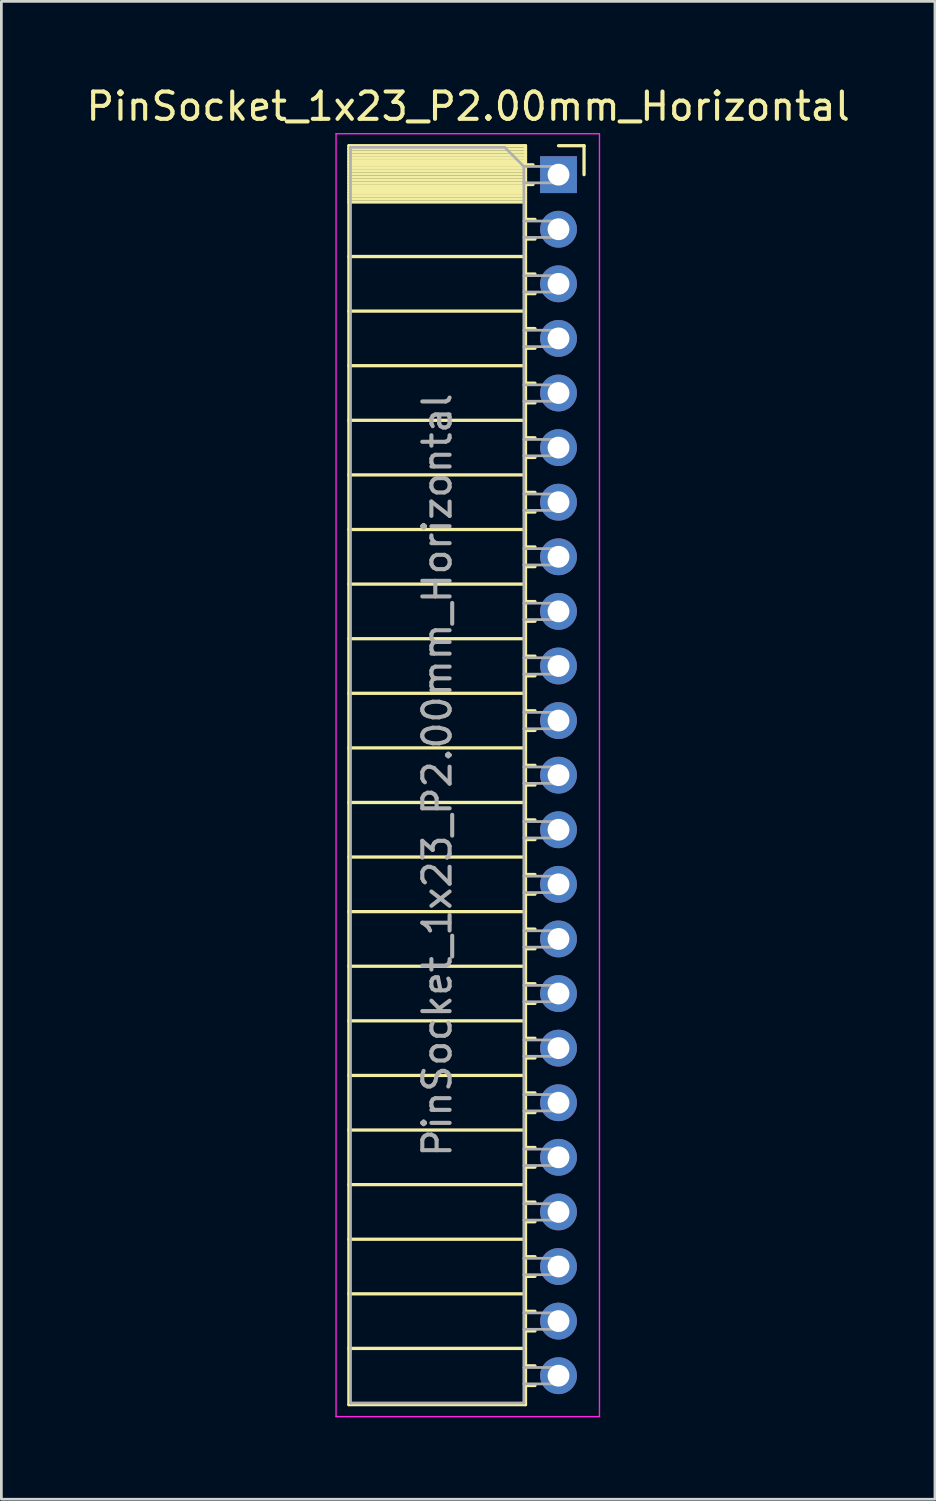
<source format=kicad_pcb>
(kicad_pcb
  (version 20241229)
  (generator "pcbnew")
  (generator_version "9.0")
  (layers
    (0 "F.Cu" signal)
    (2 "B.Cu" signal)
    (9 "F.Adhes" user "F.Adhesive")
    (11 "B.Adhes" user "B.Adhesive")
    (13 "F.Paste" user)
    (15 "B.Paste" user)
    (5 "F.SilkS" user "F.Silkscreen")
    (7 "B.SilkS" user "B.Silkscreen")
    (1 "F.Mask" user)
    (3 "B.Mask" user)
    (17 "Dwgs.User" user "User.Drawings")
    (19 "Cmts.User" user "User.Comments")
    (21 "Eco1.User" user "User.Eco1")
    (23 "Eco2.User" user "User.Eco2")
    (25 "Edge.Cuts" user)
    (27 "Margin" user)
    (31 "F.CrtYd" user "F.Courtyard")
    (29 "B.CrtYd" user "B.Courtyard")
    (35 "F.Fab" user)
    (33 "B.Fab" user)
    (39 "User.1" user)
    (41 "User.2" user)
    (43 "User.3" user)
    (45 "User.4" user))
  (footprint "PinSocket_1x23_P2.00mm_Horizontal"
    (layer "F.Cu")
    (at 17.411 3.348)
    (property "Reference" "PinSocket_1x23_P2.00mm_Horizontal" (at -3.31 -2.5 0) (layer "F.SilkS") (effects (font (size 1 1) (thickness 0.15))))
    (attr through_hole)
    (fp_line (start -7.68 -1.06) (end -7.68 45.06) (stroke (width 0.12) (type solid)) (layer "F.SilkS"))
    (fp_line (start -7.68 -1.06) (end -1.21 -1.06) (stroke (width 0.12) (type solid)) (layer "F.SilkS"))
    (fp_line (start -7.68 -0.94) (end -1.21 -0.94) (stroke (width 0.12) (type solid)) (layer "F.SilkS"))
    (fp_line (start -7.68 -0.826) (end -1.21 -0.826) (stroke (width 0.12) (type solid)) (layer "F.SilkS"))
    (fp_line (start -7.68 -0.712) (end -1.21 -0.712) (stroke (width 0.12) (type solid)) (layer "F.SilkS"))
    (fp_line (start -7.68 -0.598) (end -1.21 -0.598) (stroke (width 0.12) (type solid)) (layer "F.SilkS"))
    (fp_line (start -7.68 -0.484) (end -1.21 -0.484) (stroke (width 0.12) (type solid)) (layer "F.SilkS"))
    (fp_line (start -7.68 -0.369) (end -1.21 -0.369) (stroke (width 0.12) (type solid)) (layer "F.SilkS"))
    (fp_line (start -7.68 -0.255) (end -1.21 -0.255) (stroke (width 0.12) (type solid)) (layer "F.SilkS"))
    (fp_line (start -7.68 -0.141) (end -1.21 -0.141) (stroke (width 0.12) (type solid)) (layer "F.SilkS"))
    (fp_line (start -7.68 -0.027) (end -1.21 -0.027) (stroke (width 0.12) (type solid)) (layer "F.SilkS"))
    (fp_line (start -7.68 0.087) (end -1.21 0.087) (stroke (width 0.12) (type solid)) (layer "F.SilkS"))
    (fp_line (start -7.68 0.201) (end -1.21 0.201) (stroke (width 0.12) (type solid)) (layer "F.SilkS"))
    (fp_line (start -7.68 0.315) (end -1.21 0.315) (stroke (width 0.12) (type solid)) (layer "F.SilkS"))
    (fp_line (start -7.68 0.429) (end -1.21 0.429) (stroke (width 0.12) (type solid)) (layer "F.SilkS"))
    (fp_line (start -7.68 0.544) (end -1.21 0.544) (stroke (width 0.12) (type solid)) (layer "F.SilkS"))
    (fp_line (start -7.68 0.658) (end -1.21 0.658) (stroke (width 0.12) (type solid)) (layer "F.SilkS"))
    (fp_line (start -7.68 0.772) (end -1.21 0.772) (stroke (width 0.12) (type solid)) (layer "F.SilkS"))
    (fp_line (start -7.68 0.886) (end -1.21 0.886) (stroke (width 0.12) (type solid)) (layer "F.SilkS"))
    (fp_line (start -7.68 1) (end -1.21 1) (stroke (width 0.12) (type solid)) (layer "F.SilkS"))
    (fp_line (start -7.68 3) (end -1.21 3) (stroke (width 0.12) (type solid)) (layer "F.SilkS"))
    (fp_line (start -7.68 5) (end -1.21 5) (stroke (width 0.12) (type solid)) (layer "F.SilkS"))
    (fp_line (start -7.68 7) (end -1.21 7) (stroke (width 0.12) (type solid)) (layer "F.SilkS"))
    (fp_line (start -7.68 9) (end -1.21 9) (stroke (width 0.12) (type solid)) (layer "F.SilkS"))
    (fp_line (start -7.68 11) (end -1.21 11) (stroke (width 0.12) (type solid)) (layer "F.SilkS"))
    (fp_line (start -7.68 13) (end -1.21 13) (stroke (width 0.12) (type solid)) (layer "F.SilkS"))
    (fp_line (start -7.68 15) (end -1.21 15) (stroke (width 0.12) (type solid)) (layer "F.SilkS"))
    (fp_line (start -7.68 17) (end -1.21 17) (stroke (width 0.12) (type solid)) (layer "F.SilkS"))
    (fp_line (start -7.68 19) (end -1.21 19) (stroke (width 0.12) (type solid)) (layer "F.SilkS"))
    (fp_line (start -7.68 21) (end -1.21 21) (stroke (width 0.12) (type solid)) (layer "F.SilkS"))
    (fp_line (start -7.68 23) (end -1.21 23) (stroke (width 0.12) (type solid)) (layer "F.SilkS"))
    (fp_line (start -7.68 25) (end -1.21 25) (stroke (width 0.12) (type solid)) (layer "F.SilkS"))
    (fp_line (start -7.68 27) (end -1.21 27) (stroke (width 0.12) (type solid)) (layer "F.SilkS"))
    (fp_line (start -7.68 29) (end -1.21 29) (stroke (width 0.12) (type solid)) (layer "F.SilkS"))
    (fp_line (start -7.68 31) (end -1.21 31) (stroke (width 0.12) (type solid)) (layer "F.SilkS"))
    (fp_line (start -7.68 33) (end -1.21 33) (stroke (width 0.12) (type solid)) (layer "F.SilkS"))
    (fp_line (start -7.68 35) (end -1.21 35) (stroke (width 0.12) (type solid)) (layer "F.SilkS"))
    (fp_line (start -7.68 37) (end -1.21 37) (stroke (width 0.12) (type solid)) (layer "F.SilkS"))
    (fp_line (start -7.68 39) (end -1.21 39) (stroke (width 0.12) (type solid)) (layer "F.SilkS"))
    (fp_line (start -7.68 41) (end -1.21 41) (stroke (width 0.12) (type solid)) (layer "F.SilkS"))
    (fp_line (start -7.68 43) (end -1.21 43) (stroke (width 0.12) (type solid)) (layer "F.SilkS"))
    (fp_line (start -7.68 45.06) (end -1.21 45.06) (stroke (width 0.12) (type solid)) (layer "F.SilkS"))
    (fp_line (start -1.21 -1.06) (end -1.21 45.06) (stroke (width 0.12) (type solid)) (layer "F.SilkS"))
    (fp_line (start -1.21 -0.36) (end -0.935 -0.36) (stroke (width 0.12) (type solid)) (layer "F.SilkS"))
    (fp_line (start -1.21 0.36) (end -0.935 0.36) (stroke (width 0.12) (type solid)) (layer "F.SilkS"))
    (fp_line (start -1.21 1.64) (end -0.863 1.64) (stroke (width 0.12) (type solid)) (layer "F.SilkS"))
    (fp_line (start -1.21 2.36) (end -0.863 2.36) (stroke (width 0.12) (type solid)) (layer "F.SilkS"))
    (fp_line (start -1.21 3.64) (end -0.863 3.64) (stroke (width 0.12) (type solid)) (layer "F.SilkS"))
    (fp_line (start -1.21 4.36) (end -0.863 4.36) (stroke (width 0.12) (type solid)) (layer "F.SilkS"))
    (fp_line (start -1.21 5.64) (end -0.863 5.64) (stroke (width 0.12) (type solid)) (layer "F.SilkS"))
    (fp_line (start -1.21 6.36) (end -0.863 6.36) (stroke (width 0.12) (type solid)) (layer "F.SilkS"))
    (fp_line (start -1.21 7.64) (end -0.863 7.64) (stroke (width 0.12) (type solid)) (layer "F.SilkS"))
    (fp_line (start -1.21 8.36) (end -0.863 8.36) (stroke (width 0.12) (type solid)) (layer "F.SilkS"))
    (fp_line (start -1.21 9.64) (end -0.863 9.64) (stroke (width 0.12) (type solid)) (layer "F.SilkS"))
    (fp_line (start -1.21 10.36) (end -0.863 10.36) (stroke (width 0.12) (type solid)) (layer "F.SilkS"))
    (fp_line (start -1.21 11.64) (end -0.863 11.64) (stroke (width 0.12) (type solid)) (layer "F.SilkS"))
    (fp_line (start -1.21 12.36) (end -0.863 12.36) (stroke (width 0.12) (type solid)) (layer "F.SilkS"))
    (fp_line (start -1.21 13.64) (end -0.863 13.64) (stroke (width 0.12) (type solid)) (layer "F.SilkS"))
    (fp_line (start -1.21 14.36) (end -0.863 14.36) (stroke (width 0.12) (type solid)) (layer "F.SilkS"))
    (fp_line (start -1.21 15.64) (end -0.863 15.64) (stroke (width 0.12) (type solid)) (layer "F.SilkS"))
    (fp_line (start -1.21 16.36) (end -0.863 16.36) (stroke (width 0.12) (type solid)) (layer "F.SilkS"))
    (fp_line (start -1.21 17.64) (end -0.863 17.64) (stroke (width 0.12) (type solid)) (layer "F.SilkS"))
    (fp_line (start -1.21 18.36) (end -0.863 18.36) (stroke (width 0.12) (type solid)) (layer "F.SilkS"))
    (fp_line (start -1.21 19.64) (end -0.863 19.64) (stroke (width 0.12) (type solid)) (layer "F.SilkS"))
    (fp_line (start -1.21 20.36) (end -0.863 20.36) (stroke (width 0.12) (type solid)) (layer "F.SilkS"))
    (fp_line (start -1.21 21.64) (end -0.863 21.64) (stroke (width 0.12) (type solid)) (layer "F.SilkS"))
    (fp_line (start -1.21 22.36) (end -0.863 22.36) (stroke (width 0.12) (type solid)) (layer "F.SilkS"))
    (fp_line (start -1.21 23.64) (end -0.863 23.64) (stroke (width 0.12) (type solid)) (layer "F.SilkS"))
    (fp_line (start -1.21 24.36) (end -0.863 24.36) (stroke (width 0.12) (type solid)) (layer "F.SilkS"))
    (fp_line (start -1.21 25.64) (end -0.863 25.64) (stroke (width 0.12) (type solid)) (layer "F.SilkS"))
    (fp_line (start -1.21 26.36) (end -0.863 26.36) (stroke (width 0.12) (type solid)) (layer "F.SilkS"))
    (fp_line (start -1.21 27.64) (end -0.863 27.64) (stroke (width 0.12) (type solid)) (layer "F.SilkS"))
    (fp_line (start -1.21 28.36) (end -0.863 28.36) (stroke (width 0.12) (type solid)) (layer "F.SilkS"))
    (fp_line (start -1.21 29.64) (end -0.863 29.64) (stroke (width 0.12) (type solid)) (layer "F.SilkS"))
    (fp_line (start -1.21 30.36) (end -0.863 30.36) (stroke (width 0.12) (type solid)) (layer "F.SilkS"))
    (fp_line (start -1.21 31.64) (end -0.863 31.64) (stroke (width 0.12) (type solid)) (layer "F.SilkS"))
    (fp_line (start -1.21 32.36) (end -0.863 32.36) (stroke (width 0.12) (type solid)) (layer "F.SilkS"))
    (fp_line (start -1.21 33.64) (end -0.863 33.64) (stroke (width 0.12) (type solid)) (layer "F.SilkS"))
    (fp_line (start -1.21 34.36) (end -0.863 34.36) (stroke (width 0.12) (type solid)) (layer "F.SilkS"))
    (fp_line (start -1.21 35.64) (end -0.863 35.64) (stroke (width 0.12) (type solid)) (layer "F.SilkS"))
    (fp_line (start -1.21 36.36) (end -0.863 36.36) (stroke (width 0.12) (type solid)) (layer "F.SilkS"))
    (fp_line (start -1.21 37.64) (end -0.863 37.64) (stroke (width 0.12) (type solid)) (layer "F.SilkS"))
    (fp_line (start -1.21 38.36) (end -0.863 38.36) (stroke (width 0.12) (type solid)) (layer "F.SilkS"))
    (fp_line (start -1.21 39.64) (end -0.863 39.64) (stroke (width 0.12) (type solid)) (layer "F.SilkS"))
    (fp_line (start -1.21 40.36) (end -0.863 40.36) (stroke (width 0.12) (type solid)) (layer "F.SilkS"))
    (fp_line (start -1.21 41.64) (end -0.863 41.64) (stroke (width 0.12) (type solid)) (layer "F.SilkS"))
    (fp_line (start -1.21 42.36) (end -0.863 42.36) (stroke (width 0.12) (type solid)) (layer "F.SilkS"))
    (fp_line (start -1.21 43.64) (end -0.863 43.64) (stroke (width 0.12) (type solid)) (layer "F.SilkS"))
    (fp_line (start -1.21 44.36) (end -0.863 44.36) (stroke (width 0.12) (type solid)) (layer "F.SilkS"))
    (fp_line (start 0 -1.06) (end 0.935 -1.06) (stroke (width 0.12) (type solid)) (layer "F.SilkS"))
    (fp_line (start 0.935 -1.06) (end 0.935 0) (stroke (width 0.12) (type solid)) (layer "F.SilkS"))
    (fp_line (start -8.15 -1.5) (end -8.15 45.5) (stroke (width 0.05) (type solid)) (layer "F.CrtYd"))
    (fp_line (start -8.15 45.5) (end 1.5 45.5) (stroke (width 0.05) (type solid)) (layer "F.CrtYd"))
    (fp_line (start 1.5 -1.5) (end -8.15 -1.5) (stroke (width 0.05) (type solid)) (layer "F.CrtYd"))
    (fp_line (start 1.5 45.5) (end 1.5 -1.5) (stroke (width 0.05) (type solid)) (layer "F.CrtYd"))
    (fp_line (start -7.62 -1) (end -1.97 -1) (stroke (width 0.1) (type solid)) (layer "F.Fab"))
    (fp_line (start -7.62 45) (end -7.62 -1) (stroke (width 0.1) (type solid)) (layer "F.Fab"))
    (fp_line (start -1.97 -1) (end -1.27 -0.3) (stroke (width 0.1) (type solid)) (layer "F.Fab"))
    (fp_line (start -1.27 -0.3) (end -1.27 45) (stroke (width 0.1) (type solid)) (layer "F.Fab"))
    (fp_line (start -1.27 0.3) (end 0 0.3) (stroke (width 0.1) (type solid)) (layer "F.Fab"))
    (fp_line (start -1.27 2.3) (end 0 2.3) (stroke (width 0.1) (type solid)) (layer "F.Fab"))
    (fp_line (start -1.27 4.3) (end 0 4.3) (stroke (width 0.1) (type solid)) (layer "F.Fab"))
    (fp_line (start -1.27 6.3) (end 0 6.3) (stroke (width 0.1) (type solid)) (layer "F.Fab"))
    (fp_line (start -1.27 8.3) (end 0 8.3) (stroke (width 0.1) (type solid)) (layer "F.Fab"))
    (fp_line (start -1.27 10.3) (end 0 10.3) (stroke (width 0.1) (type solid)) (layer "F.Fab"))
    (fp_line (start -1.27 12.3) (end 0 12.3) (stroke (width 0.1) (type solid)) (layer "F.Fab"))
    (fp_line (start -1.27 14.3) (end 0 14.3) (stroke (width 0.1) (type solid)) (layer "F.Fab"))
    (fp_line (start -1.27 16.3) (end 0 16.3) (stroke (width 0.1) (type solid)) (layer "F.Fab"))
    (fp_line (start -1.27 18.3) (end 0 18.3) (stroke (width 0.1) (type solid)) (layer "F.Fab"))
    (fp_line (start -1.27 20.3) (end 0 20.3) (stroke (width 0.1) (type solid)) (layer "F.Fab"))
    (fp_line (start -1.27 22.3) (end 0 22.3) (stroke (width 0.1) (type solid)) (layer "F.Fab"))
    (fp_line (start -1.27 24.3) (end 0 24.3) (stroke (width 0.1) (type solid)) (layer "F.Fab"))
    (fp_line (start -1.27 26.3) (end 0 26.3) (stroke (width 0.1) (type solid)) (layer "F.Fab"))
    (fp_line (start -1.27 28.3) (end 0 28.3) (stroke (width 0.1) (type solid)) (layer "F.Fab"))
    (fp_line (start -1.27 30.3) (end 0 30.3) (stroke (width 0.1) (type solid)) (layer "F.Fab"))
    (fp_line (start -1.27 32.3) (end 0 32.3) (stroke (width 0.1) (type solid)) (layer "F.Fab"))
    (fp_line (start -1.27 34.3) (end 0 34.3) (stroke (width 0.1) (type solid)) (layer "F.Fab"))
    (fp_line (start -1.27 36.3) (end 0 36.3) (stroke (width 0.1) (type solid)) (layer "F.Fab"))
    (fp_line (start -1.27 38.3) (end 0 38.3) (stroke (width 0.1) (type solid)) (layer "F.Fab"))
    (fp_line (start -1.27 40.3) (end 0 40.3) (stroke (width 0.1) (type solid)) (layer "F.Fab"))
    (fp_line (start -1.27 42.3) (end 0 42.3) (stroke (width 0.1) (type solid)) (layer "F.Fab"))
    (fp_line (start -1.27 44.3) (end 0 44.3) (stroke (width 0.1) (type solid)) (layer "F.Fab"))
    (fp_line (start -1.27 45) (end -7.62 45) (stroke (width 0.1) (type solid)) (layer "F.Fab"))
    (fp_line (start 0 -0.3) (end -1.27 -0.3) (stroke (width 0.1) (type solid)) (layer "F.Fab"))
    (fp_line (start 0 0.3) (end 0 -0.3) (stroke (width 0.1) (type solid)) (layer "F.Fab"))
    (fp_line (start 0 1.7) (end -1.27 1.7) (stroke (width 0.1) (type solid)) (layer "F.Fab"))
    (fp_line (start 0 2.3) (end 0 1.7) (stroke (width 0.1) (type solid)) (layer "F.Fab"))
    (fp_line (start 0 3.7) (end -1.27 3.7) (stroke (width 0.1) (type solid)) (layer "F.Fab"))
    (fp_line (start 0 4.3) (end 0 3.7) (stroke (width 0.1) (type solid)) (layer "F.Fab"))
    (fp_line (start 0 5.7) (end -1.27 5.7) (stroke (width 0.1) (type solid)) (layer "F.Fab"))
    (fp_line (start 0 6.3) (end 0 5.7) (stroke (width 0.1) (type solid)) (layer "F.Fab"))
    (fp_line (start 0 7.7) (end -1.27 7.7) (stroke (width 0.1) (type solid)) (layer "F.Fab"))
    (fp_line (start 0 8.3) (end 0 7.7) (stroke (width 0.1) (type solid)) (layer "F.Fab"))
    (fp_line (start 0 9.7) (end -1.27 9.7) (stroke (width 0.1) (type solid)) (layer "F.Fab"))
    (fp_line (start 0 10.3) (end 0 9.7) (stroke (width 0.1) (type solid)) (layer "F.Fab"))
    (fp_line (start 0 11.7) (end -1.27 11.7) (stroke (width 0.1) (type solid)) (layer "F.Fab"))
    (fp_line (start 0 12.3) (end 0 11.7) (stroke (width 0.1) (type solid)) (layer "F.Fab"))
    (fp_line (start 0 13.7) (end -1.27 13.7) (stroke (width 0.1) (type solid)) (layer "F.Fab"))
    (fp_line (start 0 14.3) (end 0 13.7) (stroke (width 0.1) (type solid)) (layer "F.Fab"))
    (fp_line (start 0 15.7) (end -1.27 15.7) (stroke (width 0.1) (type solid)) (layer "F.Fab"))
    (fp_line (start 0 16.3) (end 0 15.7) (stroke (width 0.1) (type solid)) (layer "F.Fab"))
    (fp_line (start 0 17.7) (end -1.27 17.7) (stroke (width 0.1) (type solid)) (layer "F.Fab"))
    (fp_line (start 0 18.3) (end 0 17.7) (stroke (width 0.1) (type solid)) (layer "F.Fab"))
    (fp_line (start 0 19.7) (end -1.27 19.7) (stroke (width 0.1) (type solid)) (layer "F.Fab"))
    (fp_line (start 0 20.3) (end 0 19.7) (stroke (width 0.1) (type solid)) (layer "F.Fab"))
    (fp_line (start 0 21.7) (end -1.27 21.7) (stroke (width 0.1) (type solid)) (layer "F.Fab"))
    (fp_line (start 0 22.3) (end 0 21.7) (stroke (width 0.1) (type solid)) (layer "F.Fab"))
    (fp_line (start 0 23.7) (end -1.27 23.7) (stroke (width 0.1) (type solid)) (layer "F.Fab"))
    (fp_line (start 0 24.3) (end 0 23.7) (stroke (width 0.1) (type solid)) (layer "F.Fab"))
    (fp_line (start 0 25.7) (end -1.27 25.7) (stroke (width 0.1) (type solid)) (layer "F.Fab"))
    (fp_line (start 0 26.3) (end 0 25.7) (stroke (width 0.1) (type solid)) (layer "F.Fab"))
    (fp_line (start 0 27.7) (end -1.27 27.7) (stroke (width 0.1) (type solid)) (layer "F.Fab"))
    (fp_line (start 0 28.3) (end 0 27.7) (stroke (width 0.1) (type solid)) (layer "F.Fab"))
    (fp_line (start 0 29.7) (end -1.27 29.7) (stroke (width 0.1) (type solid)) (layer "F.Fab"))
    (fp_line (start 0 30.3) (end 0 29.7) (stroke (width 0.1) (type solid)) (layer "F.Fab"))
    (fp_line (start 0 31.7) (end -1.27 31.7) (stroke (width 0.1) (type solid)) (layer "F.Fab"))
    (fp_line (start 0 32.3) (end 0 31.7) (stroke (width 0.1) (type solid)) (layer "F.Fab"))
    (fp_line (start 0 33.7) (end -1.27 33.7) (stroke (width 0.1) (type solid)) (layer "F.Fab"))
    (fp_line (start 0 34.3) (end 0 33.7) (stroke (width 0.1) (type solid)) (layer "F.Fab"))
    (fp_line (start 0 35.7) (end -1.27 35.7) (stroke (width 0.1) (type solid)) (layer "F.Fab"))
    (fp_line (start 0 36.3) (end 0 35.7) (stroke (width 0.1) (type solid)) (layer "F.Fab"))
    (fp_line (start 0 37.7) (end -1.27 37.7) (stroke (width 0.1) (type solid)) (layer "F.Fab"))
    (fp_line (start 0 38.3) (end 0 37.7) (stroke (width 0.1) (type solid)) (layer "F.Fab"))
    (fp_line (start 0 39.7) (end -1.27 39.7) (stroke (width 0.1) (type solid)) (layer "F.Fab"))
    (fp_line (start 0 40.3) (end 0 39.7) (stroke (width 0.1) (type solid)) (layer "F.Fab"))
    (fp_line (start 0 41.7) (end -1.27 41.7) (stroke (width 0.1) (type solid)) (layer "F.Fab"))
    (fp_line (start 0 42.3) (end 0 41.7) (stroke (width 0.1) (type solid)) (layer "F.Fab"))
    (fp_line (start 0 43.7) (end -1.27 43.7) (stroke (width 0.1) (type solid)) (layer "F.Fab"))
    (fp_line (start 0 44.3) (end 0 43.7) (stroke (width 0.1) (type solid)) (layer "F.Fab"))
    (fp_text user "${REFERENCE}" (at -4.445 22 90) (layer "F.Fab") (effects (font (size 1 1) (thickness 0.15))))
    (pad "1" thru_hole rect (at 0 0) (size 1.35 1.35) (drill 0.8) (layers "*.Cu" "*.Mask"))
    (pad "2" thru_hole oval (at 0 2) (size 1.35 1.35) (drill 0.8) (layers "*.Cu" "*.Mask"))
    (pad "3" thru_hole oval (at 0 4) (size 1.35 1.35) (drill 0.8) (layers "*.Cu" "*.Mask"))
    (pad "4" thru_hole oval (at 0 6) (size 1.35 1.35) (drill 0.8) (layers "*.Cu" "*.Mask"))
    (pad "5" thru_hole oval (at 0 8) (size 1.35 1.35) (drill 0.8) (layers "*.Cu" "*.Mask"))
    (pad "6" thru_hole oval (at 0 10) (size 1.35 1.35) (drill 0.8) (layers "*.Cu" "*.Mask"))
    (pad "7" thru_hole oval (at 0 12) (size 1.35 1.35) (drill 0.8) (layers "*.Cu" "*.Mask"))
    (pad "8" thru_hole oval (at 0 14) (size 1.35 1.35) (drill 0.8) (layers "*.Cu" "*.Mask"))
    (pad "9" thru_hole oval (at 0 16) (size 1.35 1.35) (drill 0.8) (layers "*.Cu" "*.Mask"))
    (pad "10" thru_hole oval (at 0 18) (size 1.35 1.35) (drill 0.8) (layers "*.Cu" "*.Mask"))
    (pad "11" thru_hole oval (at 0 20) (size 1.35 1.35) (drill 0.8) (layers "*.Cu" "*.Mask"))
    (pad "12" thru_hole oval (at 0 22) (size 1.35 1.35) (drill 0.8) (layers "*.Cu" "*.Mask"))
    (pad "13" thru_hole oval (at 0 24) (size 1.35 1.35) (drill 0.8) (layers "*.Cu" "*.Mask"))
    (pad "14" thru_hole oval (at 0 26) (size 1.35 1.35) (drill 0.8) (layers "*.Cu" "*.Mask"))
    (pad "15" thru_hole oval (at 0 28) (size 1.35 1.35) (drill 0.8) (layers "*.Cu" "*.Mask"))
    (pad "16" thru_hole oval (at 0 30) (size 1.35 1.35) (drill 0.8) (layers "*.Cu" "*.Mask"))
    (pad "17" thru_hole oval (at 0 32) (size 1.35 1.35) (drill 0.8) (layers "*.Cu" "*.Mask"))
    (pad "18" thru_hole oval (at 0 34) (size 1.35 1.35) (drill 0.8) (layers "*.Cu" "*.Mask"))
    (pad "19" thru_hole oval (at 0 36) (size 1.35 1.35) (drill 0.8) (layers "*.Cu" "*.Mask"))
    (pad "20" thru_hole oval (at 0 38) (size 1.35 1.35) (drill 0.8) (layers "*.Cu" "*.Mask"))
    (pad "21" thru_hole oval (at 0 40) (size 1.35 1.35) (drill 0.8) (layers "*.Cu" "*.Mask"))
    (pad "22" thru_hole oval (at 0 42) (size 1.35 1.35) (drill 0.8) (layers "*.Cu" "*.Mask"))
    (pad "23" thru_hole oval (at 0 44) (size 1.35 1.35) (drill 0.8) (layers "*.Cu" "*.Mask")))
  (gr_rect
    (start -3 -3)
    (end 31.202 51.873)
    (stroke (width 0.1) (type default))
    (fill no)
    (layer "Edge.Cuts")))
</source>
